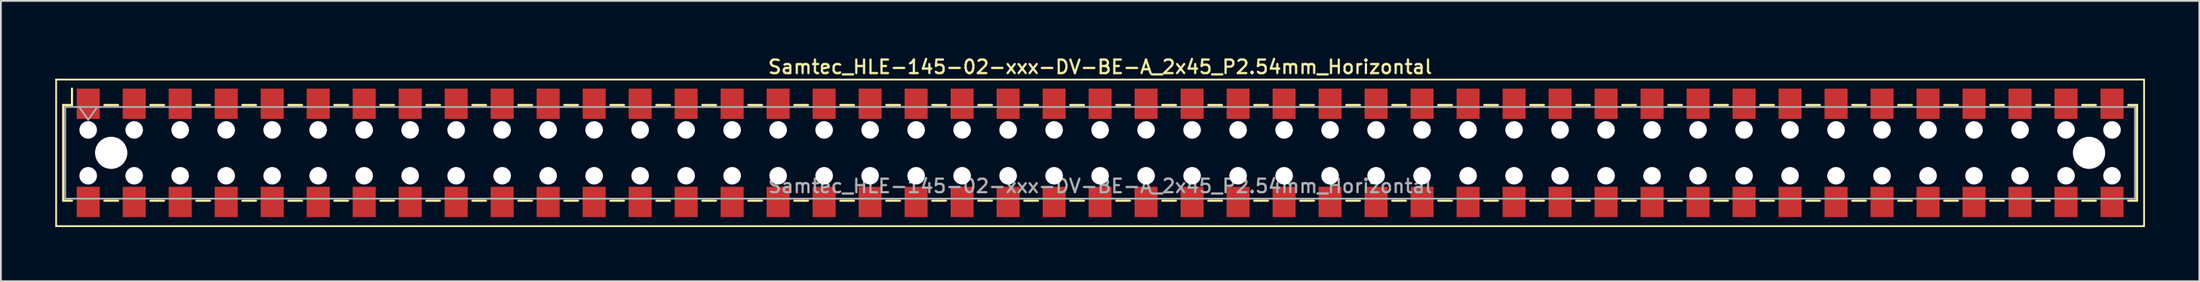
<source format=kicad_pcb>
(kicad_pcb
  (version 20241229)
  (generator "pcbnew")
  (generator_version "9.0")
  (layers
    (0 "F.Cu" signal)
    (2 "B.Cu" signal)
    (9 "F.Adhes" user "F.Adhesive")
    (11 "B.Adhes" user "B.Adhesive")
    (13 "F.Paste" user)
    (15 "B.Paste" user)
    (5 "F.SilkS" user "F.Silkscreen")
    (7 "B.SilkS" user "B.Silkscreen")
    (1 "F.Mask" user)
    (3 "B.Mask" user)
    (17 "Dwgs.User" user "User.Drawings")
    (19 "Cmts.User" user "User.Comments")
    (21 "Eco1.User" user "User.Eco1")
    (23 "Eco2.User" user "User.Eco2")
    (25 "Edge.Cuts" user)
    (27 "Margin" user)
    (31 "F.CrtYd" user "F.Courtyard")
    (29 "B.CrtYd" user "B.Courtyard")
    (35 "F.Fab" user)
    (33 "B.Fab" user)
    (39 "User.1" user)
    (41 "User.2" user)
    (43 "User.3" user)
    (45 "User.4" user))
  (footprint "Samtec_HLE-145-02-xxx-DV-BE-A_2x45_P2.54mm_Horizontal"
    (layer "F.Cu")
    (at 57.7 5.418)
    (property "Reference" "Samtec_HLE-145-02-xxx-DV-BE-A_2x45_P2.54mm_Horizontal" (at 0 -4.76 0) (layer "F.SilkS") (effects (font (size 0.75 0.75) (thickness 0.125))))
    (attr smd)
    (fp_line (start -57.65 -4.06) (end 57.65 -4.06) (stroke (width 0.1) (type solid)) (layer "F.SilkS"))
    (fp_line (start -57.65 4.06) (end -57.65 -4.06) (stroke (width 0.1) (type solid)) (layer "F.SilkS"))
    (fp_line (start -57.26 -2.65) (end -57.26 2.65) (stroke (width 0.12) (type solid)) (layer "F.SilkS"))
    (fp_line (start -57.26 2.65) (end -56.775 2.65) (stroke (width 0.12) (type solid)) (layer "F.SilkS"))
    (fp_line (start -56.775 -3.56) (end -56.775 -2.65) (stroke (width 0.12) (type solid)) (layer "F.SilkS"))
    (fp_line (start -56.775 -2.65) (end -57.26 -2.65) (stroke (width 0.12) (type solid)) (layer "F.SilkS"))
    (fp_line (start -54.985 -2.65) (end -54.235 -2.65) (stroke (width 0.12) (type solid)) (layer "F.SilkS"))
    (fp_line (start -54.985 2.65) (end -54.235 2.65) (stroke (width 0.12) (type solid)) (layer "F.SilkS"))
    (fp_line (start -52.445 -2.65) (end -51.695 -2.65) (stroke (width 0.12) (type solid)) (layer "F.SilkS"))
    (fp_line (start -52.445 2.65) (end -51.695 2.65) (stroke (width 0.12) (type solid)) (layer "F.SilkS"))
    (fp_line (start -49.905 -2.65) (end -49.155 -2.65) (stroke (width 0.12) (type solid)) (layer "F.SilkS"))
    (fp_line (start -49.905 2.65) (end -49.155 2.65) (stroke (width 0.12) (type solid)) (layer "F.SilkS"))
    (fp_line (start -47.365 -2.65) (end -46.615 -2.65) (stroke (width 0.12) (type solid)) (layer "F.SilkS"))
    (fp_line (start -47.365 2.65) (end -46.615 2.65) (stroke (width 0.12) (type solid)) (layer "F.SilkS"))
    (fp_line (start -44.825 -2.65) (end -44.075 -2.65) (stroke (width 0.12) (type solid)) (layer "F.SilkS"))
    (fp_line (start -44.825 2.65) (end -44.075 2.65) (stroke (width 0.12) (type solid)) (layer "F.SilkS"))
    (fp_line (start -42.285 -2.65) (end -41.535 -2.65) (stroke (width 0.12) (type solid)) (layer "F.SilkS"))
    (fp_line (start -42.285 2.65) (end -41.535 2.65) (stroke (width 0.12) (type solid)) (layer "F.SilkS"))
    (fp_line (start -39.745 -2.65) (end -38.995 -2.65) (stroke (width 0.12) (type solid)) (layer "F.SilkS"))
    (fp_line (start -39.745 2.65) (end -38.995 2.65) (stroke (width 0.12) (type solid)) (layer "F.SilkS"))
    (fp_line (start -37.205 -2.65) (end -36.455 -2.65) (stroke (width 0.12) (type solid)) (layer "F.SilkS"))
    (fp_line (start -37.205 2.65) (end -36.455 2.65) (stroke (width 0.12) (type solid)) (layer "F.SilkS"))
    (fp_line (start -34.665 -2.65) (end -33.915 -2.65) (stroke (width 0.12) (type solid)) (layer "F.SilkS"))
    (fp_line (start -34.665 2.65) (end -33.915 2.65) (stroke (width 0.12) (type solid)) (layer "F.SilkS"))
    (fp_line (start -32.125 -2.65) (end -31.375 -2.65) (stroke (width 0.12) (type solid)) (layer "F.SilkS"))
    (fp_line (start -32.125 2.65) (end -31.375 2.65) (stroke (width 0.12) (type solid)) (layer "F.SilkS"))
    (fp_line (start -29.585 -2.65) (end -28.835 -2.65) (stroke (width 0.12) (type solid)) (layer "F.SilkS"))
    (fp_line (start -29.585 2.65) (end -28.835 2.65) (stroke (width 0.12) (type solid)) (layer "F.SilkS"))
    (fp_line (start -27.045 -2.65) (end -26.295 -2.65) (stroke (width 0.12) (type solid)) (layer "F.SilkS"))
    (fp_line (start -27.045 2.65) (end -26.295 2.65) (stroke (width 0.12) (type solid)) (layer "F.SilkS"))
    (fp_line (start -24.505 -2.65) (end -23.755 -2.65) (stroke (width 0.12) (type solid)) (layer "F.SilkS"))
    (fp_line (start -24.505 2.65) (end -23.755 2.65) (stroke (width 0.12) (type solid)) (layer "F.SilkS"))
    (fp_line (start -21.965 -2.65) (end -21.215 -2.65) (stroke (width 0.12) (type solid)) (layer "F.SilkS"))
    (fp_line (start -21.965 2.65) (end -21.215 2.65) (stroke (width 0.12) (type solid)) (layer "F.SilkS"))
    (fp_line (start -19.425 -2.65) (end -18.675 -2.65) (stroke (width 0.12) (type solid)) (layer "F.SilkS"))
    (fp_line (start -19.425 2.65) (end -18.675 2.65) (stroke (width 0.12) (type solid)) (layer "F.SilkS"))
    (fp_line (start -16.885 -2.65) (end -16.135 -2.65) (stroke (width 0.12) (type solid)) (layer "F.SilkS"))
    (fp_line (start -16.885 2.65) (end -16.135 2.65) (stroke (width 0.12) (type solid)) (layer "F.SilkS"))
    (fp_line (start -14.345 -2.65) (end -13.595 -2.65) (stroke (width 0.12) (type solid)) (layer "F.SilkS"))
    (fp_line (start -14.345 2.65) (end -13.595 2.65) (stroke (width 0.12) (type solid)) (layer "F.SilkS"))
    (fp_line (start -11.805 -2.65) (end -11.055 -2.65) (stroke (width 0.12) (type solid)) (layer "F.SilkS"))
    (fp_line (start -11.805 2.65) (end -11.055 2.65) (stroke (width 0.12) (type solid)) (layer "F.SilkS"))
    (fp_line (start -9.265 -2.65) (end -8.515 -2.65) (stroke (width 0.12) (type solid)) (layer "F.SilkS"))
    (fp_line (start -9.265 2.65) (end -8.515 2.65) (stroke (width 0.12) (type solid)) (layer "F.SilkS"))
    (fp_line (start -6.725 -2.65) (end -5.975 -2.65) (stroke (width 0.12) (type solid)) (layer "F.SilkS"))
    (fp_line (start -6.725 2.65) (end -5.975 2.65) (stroke (width 0.12) (type solid)) (layer "F.SilkS"))
    (fp_line (start -4.185 -2.65) (end -3.435 -2.65) (stroke (width 0.12) (type solid)) (layer "F.SilkS"))
    (fp_line (start -4.185 2.65) (end -3.435 2.65) (stroke (width 0.12) (type solid)) (layer "F.SilkS"))
    (fp_line (start -1.645 -2.65) (end -0.895 -2.65) (stroke (width 0.12) (type solid)) (layer "F.SilkS"))
    (fp_line (start -1.645 2.65) (end -0.895 2.65) (stroke (width 0.12) (type solid)) (layer "F.SilkS"))
    (fp_line (start 0.895 -2.65) (end 1.645 -2.65) (stroke (width 0.12) (type solid)) (layer "F.SilkS"))
    (fp_line (start 0.895 2.65) (end 1.645 2.65) (stroke (width 0.12) (type solid)) (layer "F.SilkS"))
    (fp_line (start 3.435 -2.65) (end 4.185 -2.65) (stroke (width 0.12) (type solid)) (layer "F.SilkS"))
    (fp_line (start 3.435 2.65) (end 4.185 2.65) (stroke (width 0.12) (type solid)) (layer "F.SilkS"))
    (fp_line (start 5.975 -2.65) (end 6.725 -2.65) (stroke (width 0.12) (type solid)) (layer "F.SilkS"))
    (fp_line (start 5.975 2.65) (end 6.725 2.65) (stroke (width 0.12) (type solid)) (layer "F.SilkS"))
    (fp_line (start 8.515 -2.65) (end 9.265 -2.65) (stroke (width 0.12) (type solid)) (layer "F.SilkS"))
    (fp_line (start 8.515 2.65) (end 9.265 2.65) (stroke (width 0.12) (type solid)) (layer "F.SilkS"))
    (fp_line (start 11.055 -2.65) (end 11.805 -2.65) (stroke (width 0.12) (type solid)) (layer "F.SilkS"))
    (fp_line (start 11.055 2.65) (end 11.805 2.65) (stroke (width 0.12) (type solid)) (layer "F.SilkS"))
    (fp_line (start 13.595 -2.65) (end 14.345 -2.65) (stroke (width 0.12) (type solid)) (layer "F.SilkS"))
    (fp_line (start 13.595 2.65) (end 14.345 2.65) (stroke (width 0.12) (type solid)) (layer "F.SilkS"))
    (fp_line (start 16.135 -2.65) (end 16.885 -2.65) (stroke (width 0.12) (type solid)) (layer "F.SilkS"))
    (fp_line (start 16.135 2.65) (end 16.885 2.65) (stroke (width 0.12) (type solid)) (layer "F.SilkS"))
    (fp_line (start 18.675 -2.65) (end 19.425 -2.65) (stroke (width 0.12) (type solid)) (layer "F.SilkS"))
    (fp_line (start 18.675 2.65) (end 19.425 2.65) (stroke (width 0.12) (type solid)) (layer "F.SilkS"))
    (fp_line (start 21.215 -2.65) (end 21.965 -2.65) (stroke (width 0.12) (type solid)) (layer "F.SilkS"))
    (fp_line (start 21.215 2.65) (end 21.965 2.65) (stroke (width 0.12) (type solid)) (layer "F.SilkS"))
    (fp_line (start 23.755 -2.65) (end 24.505 -2.65) (stroke (width 0.12) (type solid)) (layer "F.SilkS"))
    (fp_line (start 23.755 2.65) (end 24.505 2.65) (stroke (width 0.12) (type solid)) (layer "F.SilkS"))
    (fp_line (start 26.295 -2.65) (end 27.045 -2.65) (stroke (width 0.12) (type solid)) (layer "F.SilkS"))
    (fp_line (start 26.295 2.65) (end 27.045 2.65) (stroke (width 0.12) (type solid)) (layer "F.SilkS"))
    (fp_line (start 28.835 -2.65) (end 29.585 -2.65) (stroke (width 0.12) (type solid)) (layer "F.SilkS"))
    (fp_line (start 28.835 2.65) (end 29.585 2.65) (stroke (width 0.12) (type solid)) (layer "F.SilkS"))
    (fp_line (start 31.375 -2.65) (end 32.125 -2.65) (stroke (width 0.12) (type solid)) (layer "F.SilkS"))
    (fp_line (start 31.375 2.65) (end 32.125 2.65) (stroke (width 0.12) (type solid)) (layer "F.SilkS"))
    (fp_line (start 33.915 -2.65) (end 34.665 -2.65) (stroke (width 0.12) (type solid)) (layer "F.SilkS"))
    (fp_line (start 33.915 2.65) (end 34.665 2.65) (stroke (width 0.12) (type solid)) (layer "F.SilkS"))
    (fp_line (start 36.455 -2.65) (end 37.205 -2.65) (stroke (width 0.12) (type solid)) (layer "F.SilkS"))
    (fp_line (start 36.455 2.65) (end 37.205 2.65) (stroke (width 0.12) (type solid)) (layer "F.SilkS"))
    (fp_line (start 38.995 -2.65) (end 39.745 -2.65) (stroke (width 0.12) (type solid)) (layer "F.SilkS"))
    (fp_line (start 38.995 2.65) (end 39.745 2.65) (stroke (width 0.12) (type solid)) (layer "F.SilkS"))
    (fp_line (start 41.535 -2.65) (end 42.285 -2.65) (stroke (width 0.12) (type solid)) (layer "F.SilkS"))
    (fp_line (start 41.535 2.65) (end 42.285 2.65) (stroke (width 0.12) (type solid)) (layer "F.SilkS"))
    (fp_line (start 44.075 -2.65) (end 44.825 -2.65) (stroke (width 0.12) (type solid)) (layer "F.SilkS"))
    (fp_line (start 44.075 2.65) (end 44.825 2.65) (stroke (width 0.12) (type solid)) (layer "F.SilkS"))
    (fp_line (start 46.615 -2.65) (end 47.365 -2.65) (stroke (width 0.12) (type solid)) (layer "F.SilkS"))
    (fp_line (start 46.615 2.65) (end 47.365 2.65) (stroke (width 0.12) (type solid)) (layer "F.SilkS"))
    (fp_line (start 49.155 -2.65) (end 49.905 -2.65) (stroke (width 0.12) (type solid)) (layer "F.SilkS"))
    (fp_line (start 49.155 2.65) (end 49.905 2.65) (stroke (width 0.12) (type solid)) (layer "F.SilkS"))
    (fp_line (start 51.695 -2.65) (end 52.445 -2.65) (stroke (width 0.12) (type solid)) (layer "F.SilkS"))
    (fp_line (start 51.695 2.65) (end 52.445 2.65) (stroke (width 0.12) (type solid)) (layer "F.SilkS"))
    (fp_line (start 54.235 -2.65) (end 54.985 -2.65) (stroke (width 0.12) (type solid)) (layer "F.SilkS"))
    (fp_line (start 54.235 2.65) (end 54.985 2.65) (stroke (width 0.12) (type solid)) (layer "F.SilkS"))
    (fp_line (start 56.775 -2.65) (end 57.26 -2.65) (stroke (width 0.12) (type solid)) (layer "F.SilkS"))
    (fp_line (start 57.26 -2.65) (end 57.26 2.65) (stroke (width 0.12) (type solid)) (layer "F.SilkS"))
    (fp_line (start 57.26 2.65) (end 56.775 2.65) (stroke (width 0.12) (type solid)) (layer "F.SilkS"))
    (fp_line (start 57.65 -4.06) (end 57.65 4.06) (stroke (width 0.1) (type solid)) (layer "F.SilkS"))
    (fp_line (start 57.65 4.06) (end -57.65 4.06) (stroke (width 0.1) (type solid)) (layer "F.SilkS"))
    (fp_line (start -57.15 -2.54) (end 57.15 -2.54) (stroke (width 0.1) (type solid)) (layer "F.Fab"))
    (fp_line (start -57.15 2.54) (end -57.15 -2.54) (stroke (width 0.1) (type solid)) (layer "F.Fab"))
    (fp_line (start -56.38 -2.54) (end -55.88 -1.833) (stroke (width 0.1) (type solid)) (layer "F.Fab"))
    (fp_line (start -55.88 -1.833) (end -55.38 -2.54) (stroke (width 0.1) (type solid)) (layer "F.Fab"))
    (fp_line (start 57.15 -2.54) (end 57.15 2.54) (stroke (width 0.1) (type solid)) (layer "F.Fab"))
    (fp_line (start 57.15 2.54) (end -57.15 2.54) (stroke (width 0.1) (type solid)) (layer "F.Fab"))
    (fp_text user "${REFERENCE}" (at 0 1.84 0) (layer "F.Fab") (effects (font (size 0.75 0.75) (thickness 0.125))))
    (pad "" np_thru_hole circle (at -55.88 -1.27) (size 0.97 0.97) (drill 0.97) (layers "*.Cu" "*.Mask"))
    (pad "" np_thru_hole circle (at -55.88 1.27) (size 0.97 0.97) (drill 0.97) (layers "*.Cu" "*.Mask"))
    (pad "" np_thru_hole circle (at -54.61 0) (size 1.78 1.78) (drill 1.78) (layers "*.Cu" "*.Mask"))
    (pad "" np_thru_hole circle (at -53.34 -1.27) (size 0.97 0.97) (drill 0.97) (layers "*.Cu" "*.Mask"))
    (pad "" np_thru_hole circle (at -53.34 1.27) (size 0.97 0.97) (drill 0.97) (layers "*.Cu" "*.Mask"))
    (pad "" np_thru_hole circle (at -50.8 -1.27) (size 0.97 0.97) (drill 0.97) (layers "*.Cu" "*.Mask"))
    (pad "" np_thru_hole circle (at -50.8 1.27) (size 0.97 0.97) (drill 0.97) (layers "*.Cu" "*.Mask"))
    (pad "" np_thru_hole circle (at -48.26 -1.27) (size 0.97 0.97) (drill 0.97) (layers "*.Cu" "*.Mask"))
    (pad "" np_thru_hole circle (at -48.26 1.27) (size 0.97 0.97) (drill 0.97) (layers "*.Cu" "*.Mask"))
    (pad "" np_thru_hole circle (at -45.72 -1.27) (size 0.97 0.97) (drill 0.97) (layers "*.Cu" "*.Mask"))
    (pad "" np_thru_hole circle (at -45.72 1.27) (size 0.97 0.97) (drill 0.97) (layers "*.Cu" "*.Mask"))
    (pad "" np_thru_hole circle (at -43.18 -1.27) (size 0.97 0.97) (drill 0.97) (layers "*.Cu" "*.Mask"))
    (pad "" np_thru_hole circle (at -43.18 1.27) (size 0.97 0.97) (drill 0.97) (layers "*.Cu" "*.Mask"))
    (pad "" np_thru_hole circle (at -40.64 -1.27) (size 0.97 0.97) (drill 0.97) (layers "*.Cu" "*.Mask"))
    (pad "" np_thru_hole circle (at -40.64 1.27) (size 0.97 0.97) (drill 0.97) (layers "*.Cu" "*.Mask"))
    (pad "" np_thru_hole circle (at -38.1 -1.27) (size 0.97 0.97) (drill 0.97) (layers "*.Cu" "*.Mask"))
    (pad "" np_thru_hole circle (at -38.1 1.27) (size 0.97 0.97) (drill 0.97) (layers "*.Cu" "*.Mask"))
    (pad "" np_thru_hole circle (at -35.56 -1.27) (size 0.97 0.97) (drill 0.97) (layers "*.Cu" "*.Mask"))
    (pad "" np_thru_hole circle (at -35.56 1.27) (size 0.97 0.97) (drill 0.97) (layers "*.Cu" "*.Mask"))
    (pad "" np_thru_hole circle (at -33.02 -1.27) (size 0.97 0.97) (drill 0.97) (layers "*.Cu" "*.Mask"))
    (pad "" np_thru_hole circle (at -33.02 1.27) (size 0.97 0.97) (drill 0.97) (layers "*.Cu" "*.Mask"))
    (pad "" np_thru_hole circle (at -30.48 -1.27) (size 0.97 0.97) (drill 0.97) (layers "*.Cu" "*.Mask"))
    (pad "" np_thru_hole circle (at -30.48 1.27) (size 0.97 0.97) (drill 0.97) (layers "*.Cu" "*.Mask"))
    (pad "" np_thru_hole circle (at -27.94 -1.27) (size 0.97 0.97) (drill 0.97) (layers "*.Cu" "*.Mask"))
    (pad "" np_thru_hole circle (at -27.94 1.27) (size 0.97 0.97) (drill 0.97) (layers "*.Cu" "*.Mask"))
    (pad "" np_thru_hole circle (at -25.4 -1.27) (size 0.97 0.97) (drill 0.97) (layers "*.Cu" "*.Mask"))
    (pad "" np_thru_hole circle (at -25.4 1.27) (size 0.97 0.97) (drill 0.97) (layers "*.Cu" "*.Mask"))
    (pad "" np_thru_hole circle (at -22.86 -1.27) (size 0.97 0.97) (drill 0.97) (layers "*.Cu" "*.Mask"))
    (pad "" np_thru_hole circle (at -22.86 1.27) (size 0.97 0.97) (drill 0.97) (layers "*.Cu" "*.Mask"))
    (pad "" np_thru_hole circle (at -20.32 -1.27) (size 0.97 0.97) (drill 0.97) (layers "*.Cu" "*.Mask"))
    (pad "" np_thru_hole circle (at -20.32 1.27) (size 0.97 0.97) (drill 0.97) (layers "*.Cu" "*.Mask"))
    (pad "" np_thru_hole circle (at -17.78 -1.27) (size 0.97 0.97) (drill 0.97) (layers "*.Cu" "*.Mask"))
    (pad "" np_thru_hole circle (at -17.78 1.27) (size 0.97 0.97) (drill 0.97) (layers "*.Cu" "*.Mask"))
    (pad "" np_thru_hole circle (at -15.24 -1.27) (size 0.97 0.97) (drill 0.97) (layers "*.Cu" "*.Mask"))
    (pad "" np_thru_hole circle (at -15.24 1.27) (size 0.97 0.97) (drill 0.97) (layers "*.Cu" "*.Mask"))
    (pad "" np_thru_hole circle (at -12.7 -1.27) (size 0.97 0.97) (drill 0.97) (layers "*.Cu" "*.Mask"))
    (pad "" np_thru_hole circle (at -12.7 1.27) (size 0.97 0.97) (drill 0.97) (layers "*.Cu" "*.Mask"))
    (pad "" np_thru_hole circle (at -10.16 -1.27) (size 0.97 0.97) (drill 0.97) (layers "*.Cu" "*.Mask"))
    (pad "" np_thru_hole circle (at -10.16 1.27) (size 0.97 0.97) (drill 0.97) (layers "*.Cu" "*.Mask"))
    (pad "" np_thru_hole circle (at -7.62 -1.27) (size 0.97 0.97) (drill 0.97) (layers "*.Cu" "*.Mask"))
    (pad "" np_thru_hole circle (at -7.62 1.27) (size 0.97 0.97) (drill 0.97) (layers "*.Cu" "*.Mask"))
    (pad "" np_thru_hole circle (at -5.08 -1.27) (size 0.97 0.97) (drill 0.97) (layers "*.Cu" "*.Mask"))
    (pad "" np_thru_hole circle (at -5.08 1.27) (size 0.97 0.97) (drill 0.97) (layers "*.Cu" "*.Mask"))
    (pad "" np_thru_hole circle (at -2.54 -1.27) (size 0.97 0.97) (drill 0.97) (layers "*.Cu" "*.Mask"))
    (pad "" np_thru_hole circle (at -2.54 1.27) (size 0.97 0.97) (drill 0.97) (layers "*.Cu" "*.Mask"))
    (pad "" np_thru_hole circle (at 0 -1.27) (size 0.97 0.97) (drill 0.97) (layers "*.Cu" "*.Mask"))
    (pad "" np_thru_hole circle (at 0 1.27) (size 0.97 0.97) (drill 0.97) (layers "*.Cu" "*.Mask"))
    (pad "" np_thru_hole circle (at 2.54 -1.27) (size 0.97 0.97) (drill 0.97) (layers "*.Cu" "*.Mask"))
    (pad "" np_thru_hole circle (at 2.54 1.27) (size 0.97 0.97) (drill 0.97) (layers "*.Cu" "*.Mask"))
    (pad "" np_thru_hole circle (at 5.08 -1.27) (size 0.97 0.97) (drill 0.97) (layers "*.Cu" "*.Mask"))
    (pad "" np_thru_hole circle (at 5.08 1.27) (size 0.97 0.97) (drill 0.97) (layers "*.Cu" "*.Mask"))
    (pad "" np_thru_hole circle (at 7.62 -1.27) (size 0.97 0.97) (drill 0.97) (layers "*.Cu" "*.Mask"))
    (pad "" np_thru_hole circle (at 7.62 1.27) (size 0.97 0.97) (drill 0.97) (layers "*.Cu" "*.Mask"))
    (pad "" np_thru_hole circle (at 10.16 -1.27) (size 0.97 0.97) (drill 0.97) (layers "*.Cu" "*.Mask"))
    (pad "" np_thru_hole circle (at 10.16 1.27) (size 0.97 0.97) (drill 0.97) (layers "*.Cu" "*.Mask"))
    (pad "" np_thru_hole circle (at 12.7 -1.27) (size 0.97 0.97) (drill 0.97) (layers "*.Cu" "*.Mask"))
    (pad "" np_thru_hole circle (at 12.7 1.27) (size 0.97 0.97) (drill 0.97) (layers "*.Cu" "*.Mask"))
    (pad "" np_thru_hole circle (at 15.24 -1.27) (size 0.97 0.97) (drill 0.97) (layers "*.Cu" "*.Mask"))
    (pad "" np_thru_hole circle (at 15.24 1.27) (size 0.97 0.97) (drill 0.97) (layers "*.Cu" "*.Mask"))
    (pad "" np_thru_hole circle (at 17.78 -1.27) (size 0.97 0.97) (drill 0.97) (layers "*.Cu" "*.Mask"))
    (pad "" np_thru_hole circle (at 17.78 1.27) (size 0.97 0.97) (drill 0.97) (layers "*.Cu" "*.Mask"))
    (pad "" np_thru_hole circle (at 20.32 -1.27) (size 0.97 0.97) (drill 0.97) (layers "*.Cu" "*.Mask"))
    (pad "" np_thru_hole circle (at 20.32 1.27) (size 0.97 0.97) (drill 0.97) (layers "*.Cu" "*.Mask"))
    (pad "" np_thru_hole circle (at 22.86 -1.27) (size 0.97 0.97) (drill 0.97) (layers "*.Cu" "*.Mask"))
    (pad "" np_thru_hole circle (at 22.86 1.27) (size 0.97 0.97) (drill 0.97) (layers "*.Cu" "*.Mask"))
    (pad "" np_thru_hole circle (at 25.4 -1.27) (size 0.97 0.97) (drill 0.97) (layers "*.Cu" "*.Mask"))
    (pad "" np_thru_hole circle (at 25.4 1.27) (size 0.97 0.97) (drill 0.97) (layers "*.Cu" "*.Mask"))
    (pad "" np_thru_hole circle (at 27.94 -1.27) (size 0.97 0.97) (drill 0.97) (layers "*.Cu" "*.Mask"))
    (pad "" np_thru_hole circle (at 27.94 1.27) (size 0.97 0.97) (drill 0.97) (layers "*.Cu" "*.Mask"))
    (pad "" np_thru_hole circle (at 30.48 -1.27) (size 0.97 0.97) (drill 0.97) (layers "*.Cu" "*.Mask"))
    (pad "" np_thru_hole circle (at 30.48 1.27) (size 0.97 0.97) (drill 0.97) (layers "*.Cu" "*.Mask"))
    (pad "" np_thru_hole circle (at 33.02 -1.27) (size 0.97 0.97) (drill 0.97) (layers "*.Cu" "*.Mask"))
    (pad "" np_thru_hole circle (at 33.02 1.27) (size 0.97 0.97) (drill 0.97) (layers "*.Cu" "*.Mask"))
    (pad "" np_thru_hole circle (at 35.56 -1.27) (size 0.97 0.97) (drill 0.97) (layers "*.Cu" "*.Mask"))
    (pad "" np_thru_hole circle (at 35.56 1.27) (size 0.97 0.97) (drill 0.97) (layers "*.Cu" "*.Mask"))
    (pad "" np_thru_hole circle (at 38.1 -1.27) (size 0.97 0.97) (drill 0.97) (layers "*.Cu" "*.Mask"))
    (pad "" np_thru_hole circle (at 38.1 1.27) (size 0.97 0.97) (drill 0.97) (layers "*.Cu" "*.Mask"))
    (pad "" np_thru_hole circle (at 40.64 -1.27) (size 0.97 0.97) (drill 0.97) (layers "*.Cu" "*.Mask"))
    (pad "" np_thru_hole circle (at 40.64 1.27) (size 0.97 0.97) (drill 0.97) (layers "*.Cu" "*.Mask"))
    (pad "" np_thru_hole circle (at 43.18 -1.27) (size 0.97 0.97) (drill 0.97) (layers "*.Cu" "*.Mask"))
    (pad "" np_thru_hole circle (at 43.18 1.27) (size 0.97 0.97) (drill 0.97) (layers "*.Cu" "*.Mask"))
    (pad "" np_thru_hole circle (at 45.72 -1.27) (size 0.97 0.97) (drill 0.97) (layers "*.Cu" "*.Mask"))
    (pad "" np_thru_hole circle (at 45.72 1.27) (size 0.97 0.97) (drill 0.97) (layers "*.Cu" "*.Mask"))
    (pad "" np_thru_hole circle (at 48.26 -1.27) (size 0.97 0.97) (drill 0.97) (layers "*.Cu" "*.Mask"))
    (pad "" np_thru_hole circle (at 48.26 1.27) (size 0.97 0.97) (drill 0.97) (layers "*.Cu" "*.Mask"))
    (pad "" np_thru_hole circle (at 50.8 -1.27) (size 0.97 0.97) (drill 0.97) (layers "*.Cu" "*.Mask"))
    (pad "" np_thru_hole circle (at 50.8 1.27) (size 0.97 0.97) (drill 0.97) (layers "*.Cu" "*.Mask"))
    (pad "" np_thru_hole circle (at 53.34 -1.27) (size 0.97 0.97) (drill 0.97) (layers "*.Cu" "*.Mask"))
    (pad "" np_thru_hole circle (at 53.34 1.27) (size 0.97 0.97) (drill 0.97) (layers "*.Cu" "*.Mask"))
    (pad "" np_thru_hole circle (at 54.61 0) (size 1.78 1.78) (drill 1.78) (layers "*.Cu" "*.Mask"))
    (pad "" np_thru_hole circle (at 55.88 -1.27) (size 0.97 0.97) (drill 0.97) (layers "*.Cu" "*.Mask"))
    (pad "" np_thru_hole circle (at 55.88 1.27) (size 0.97 0.97) (drill 0.97) (layers "*.Cu" "*.Mask"))
    (pad "1" smd rect (at -55.88 -2.72) (size 1.27 1.68) (layers "F.Cu" "F.Mask" "F.Paste"))
    (pad "2" smd rect (at -55.88 2.72) (size 1.27 1.68) (layers "F.Cu" "F.Mask" "F.Paste"))
    (pad "3" smd rect (at -53.34 -2.72) (size 1.27 1.68) (layers "F.Cu" "F.Mask" "F.Paste"))
    (pad "4" smd rect (at -53.34 2.72) (size 1.27 1.68) (layers "F.Cu" "F.Mask" "F.Paste"))
    (pad "5" smd rect (at -50.8 -2.72) (size 1.27 1.68) (layers "F.Cu" "F.Mask" "F.Paste"))
    (pad "6" smd rect (at -50.8 2.72) (size 1.27 1.68) (layers "F.Cu" "F.Mask" "F.Paste"))
    (pad "7" smd rect (at -48.26 -2.72) (size 1.27 1.68) (layers "F.Cu" "F.Mask" "F.Paste"))
    (pad "8" smd rect (at -48.26 2.72) (size 1.27 1.68) (layers "F.Cu" "F.Mask" "F.Paste"))
    (pad "9" smd rect (at -45.72 -2.72) (size 1.27 1.68) (layers "F.Cu" "F.Mask" "F.Paste"))
    (pad "10" smd rect (at -45.72 2.72) (size 1.27 1.68) (layers "F.Cu" "F.Mask" "F.Paste"))
    (pad "11" smd rect (at -43.18 -2.72) (size 1.27 1.68) (layers "F.Cu" "F.Mask" "F.Paste"))
    (pad "12" smd rect (at -43.18 2.72) (size 1.27 1.68) (layers "F.Cu" "F.Mask" "F.Paste"))
    (pad "13" smd rect (at -40.64 -2.72) (size 1.27 1.68) (layers "F.Cu" "F.Mask" "F.Paste"))
    (pad "14" smd rect (at -40.64 2.72) (size 1.27 1.68) (layers "F.Cu" "F.Mask" "F.Paste"))
    (pad "15" smd rect (at -38.1 -2.72) (size 1.27 1.68) (layers "F.Cu" "F.Mask" "F.Paste"))
    (pad "16" smd rect (at -38.1 2.72) (size 1.27 1.68) (layers "F.Cu" "F.Mask" "F.Paste"))
    (pad "17" smd rect (at -35.56 -2.72) (size 1.27 1.68) (layers "F.Cu" "F.Mask" "F.Paste"))
    (pad "18" smd rect (at -35.56 2.72) (size 1.27 1.68) (layers "F.Cu" "F.Mask" "F.Paste"))
    (pad "19" smd rect (at -33.02 -2.72) (size 1.27 1.68) (layers "F.Cu" "F.Mask" "F.Paste"))
    (pad "20" smd rect (at -33.02 2.72) (size 1.27 1.68) (layers "F.Cu" "F.Mask" "F.Paste"))
    (pad "21" smd rect (at -30.48 -2.72) (size 1.27 1.68) (layers "F.Cu" "F.Mask" "F.Paste"))
    (pad "22" smd rect (at -30.48 2.72) (size 1.27 1.68) (layers "F.Cu" "F.Mask" "F.Paste"))
    (pad "23" smd rect (at -27.94 -2.72) (size 1.27 1.68) (layers "F.Cu" "F.Mask" "F.Paste"))
    (pad "24" smd rect (at -27.94 2.72) (size 1.27 1.68) (layers "F.Cu" "F.Mask" "F.Paste"))
    (pad "25" smd rect (at -25.4 -2.72) (size 1.27 1.68) (layers "F.Cu" "F.Mask" "F.Paste"))
    (pad "26" smd rect (at -25.4 2.72) (size 1.27 1.68) (layers "F.Cu" "F.Mask" "F.Paste"))
    (pad "27" smd rect (at -22.86 -2.72) (size 1.27 1.68) (layers "F.Cu" "F.Mask" "F.Paste"))
    (pad "28" smd rect (at -22.86 2.72) (size 1.27 1.68) (layers "F.Cu" "F.Mask" "F.Paste"))
    (pad "29" smd rect (at -20.32 -2.72) (size 1.27 1.68) (layers "F.Cu" "F.Mask" "F.Paste"))
    (pad "30" smd rect (at -20.32 2.72) (size 1.27 1.68) (layers "F.Cu" "F.Mask" "F.Paste"))
    (pad "31" smd rect (at -17.78 -2.72) (size 1.27 1.68) (layers "F.Cu" "F.Mask" "F.Paste"))
    (pad "32" smd rect (at -17.78 2.72) (size 1.27 1.68) (layers "F.Cu" "F.Mask" "F.Paste"))
    (pad "33" smd rect (at -15.24 -2.72) (size 1.27 1.68) (layers "F.Cu" "F.Mask" "F.Paste"))
    (pad "34" smd rect (at -15.24 2.72) (size 1.27 1.68) (layers "F.Cu" "F.Mask" "F.Paste"))
    (pad "35" smd rect (at -12.7 -2.72) (size 1.27 1.68) (layers "F.Cu" "F.Mask" "F.Paste"))
    (pad "36" smd rect (at -12.7 2.72) (size 1.27 1.68) (layers "F.Cu" "F.Mask" "F.Paste"))
    (pad "37" smd rect (at -10.16 -2.72) (size 1.27 1.68) (layers "F.Cu" "F.Mask" "F.Paste"))
    (pad "38" smd rect (at -10.16 2.72) (size 1.27 1.68) (layers "F.Cu" "F.Mask" "F.Paste"))
    (pad "39" smd rect (at -7.62 -2.72) (size 1.27 1.68) (layers "F.Cu" "F.Mask" "F.Paste"))
    (pad "40" smd rect (at -7.62 2.72) (size 1.27 1.68) (layers "F.Cu" "F.Mask" "F.Paste"))
    (pad "41" smd rect (at -5.08 -2.72) (size 1.27 1.68) (layers "F.Cu" "F.Mask" "F.Paste"))
    (pad "42" smd rect (at -5.08 2.72) (size 1.27 1.68) (layers "F.Cu" "F.Mask" "F.Paste"))
    (pad "43" smd rect (at -2.54 -2.72) (size 1.27 1.68) (layers "F.Cu" "F.Mask" "F.Paste"))
    (pad "44" smd rect (at -2.54 2.72) (size 1.27 1.68) (layers "F.Cu" "F.Mask" "F.Paste"))
    (pad "45" smd rect (at 0 -2.72) (size 1.27 1.68) (layers "F.Cu" "F.Mask" "F.Paste"))
    (pad "46" smd rect (at 0 2.72) (size 1.27 1.68) (layers "F.Cu" "F.Mask" "F.Paste"))
    (pad "47" smd rect (at 2.54 -2.72) (size 1.27 1.68) (layers "F.Cu" "F.Mask" "F.Paste"))
    (pad "48" smd rect (at 2.54 2.72) (size 1.27 1.68) (layers "F.Cu" "F.Mask" "F.Paste"))
    (pad "49" smd rect (at 5.08 -2.72) (size 1.27 1.68) (layers "F.Cu" "F.Mask" "F.Paste"))
    (pad "50" smd rect (at 5.08 2.72) (size 1.27 1.68) (layers "F.Cu" "F.Mask" "F.Paste"))
    (pad "51" smd rect (at 7.62 -2.72) (size 1.27 1.68) (layers "F.Cu" "F.Mask" "F.Paste"))
    (pad "52" smd rect (at 7.62 2.72) (size 1.27 1.68) (layers "F.Cu" "F.Mask" "F.Paste"))
    (pad "53" smd rect (at 10.16 -2.72) (size 1.27 1.68) (layers "F.Cu" "F.Mask" "F.Paste"))
    (pad "54" smd rect (at 10.16 2.72) (size 1.27 1.68) (layers "F.Cu" "F.Mask" "F.Paste"))
    (pad "55" smd rect (at 12.7 -2.72) (size 1.27 1.68) (layers "F.Cu" "F.Mask" "F.Paste"))
    (pad "56" smd rect (at 12.7 2.72) (size 1.27 1.68) (layers "F.Cu" "F.Mask" "F.Paste"))
    (pad "57" smd rect (at 15.24 -2.72) (size 1.27 1.68) (layers "F.Cu" "F.Mask" "F.Paste"))
    (pad "58" smd rect (at 15.24 2.72) (size 1.27 1.68) (layers "F.Cu" "F.Mask" "F.Paste"))
    (pad "59" smd rect (at 17.78 -2.72) (size 1.27 1.68) (layers "F.Cu" "F.Mask" "F.Paste"))
    (pad "60" smd rect (at 17.78 2.72) (size 1.27 1.68) (layers "F.Cu" "F.Mask" "F.Paste"))
    (pad "61" smd rect (at 20.32 -2.72) (size 1.27 1.68) (layers "F.Cu" "F.Mask" "F.Paste"))
    (pad "62" smd rect (at 20.32 2.72) (size 1.27 1.68) (layers "F.Cu" "F.Mask" "F.Paste"))
    (pad "63" smd rect (at 22.86 -2.72) (size 1.27 1.68) (layers "F.Cu" "F.Mask" "F.Paste"))
    (pad "64" smd rect (at 22.86 2.72) (size 1.27 1.68) (layers "F.Cu" "F.Mask" "F.Paste"))
    (pad "65" smd rect (at 25.4 -2.72) (size 1.27 1.68) (layers "F.Cu" "F.Mask" "F.Paste"))
    (pad "66" smd rect (at 25.4 2.72) (size 1.27 1.68) (layers "F.Cu" "F.Mask" "F.Paste"))
    (pad "67" smd rect (at 27.94 -2.72) (size 1.27 1.68) (layers "F.Cu" "F.Mask" "F.Paste"))
    (pad "68" smd rect (at 27.94 2.72) (size 1.27 1.68) (layers "F.Cu" "F.Mask" "F.Paste"))
    (pad "69" smd rect (at 30.48 -2.72) (size 1.27 1.68) (layers "F.Cu" "F.Mask" "F.Paste"))
    (pad "70" smd rect (at 30.48 2.72) (size 1.27 1.68) (layers "F.Cu" "F.Mask" "F.Paste"))
    (pad "71" smd rect (at 33.02 -2.72) (size 1.27 1.68) (layers "F.Cu" "F.Mask" "F.Paste"))
    (pad "72" smd rect (at 33.02 2.72) (size 1.27 1.68) (layers "F.Cu" "F.Mask" "F.Paste"))
    (pad "73" smd rect (at 35.56 -2.72) (size 1.27 1.68) (layers "F.Cu" "F.Mask" "F.Paste"))
    (pad "74" smd rect (at 35.56 2.72) (size 1.27 1.68) (layers "F.Cu" "F.Mask" "F.Paste"))
    (pad "75" smd rect (at 38.1 -2.72) (size 1.27 1.68) (layers "F.Cu" "F.Mask" "F.Paste"))
    (pad "76" smd rect (at 38.1 2.72) (size 1.27 1.68) (layers "F.Cu" "F.Mask" "F.Paste"))
    (pad "77" smd rect (at 40.64 -2.72) (size 1.27 1.68) (layers "F.Cu" "F.Mask" "F.Paste"))
    (pad "78" smd rect (at 40.64 2.72) (size 1.27 1.68) (layers "F.Cu" "F.Mask" "F.Paste"))
    (pad "79" smd rect (at 43.18 -2.72) (size 1.27 1.68) (layers "F.Cu" "F.Mask" "F.Paste"))
    (pad "80" smd rect (at 43.18 2.72) (size 1.27 1.68) (layers "F.Cu" "F.Mask" "F.Paste"))
    (pad "81" smd rect (at 45.72 -2.72) (size 1.27 1.68) (layers "F.Cu" "F.Mask" "F.Paste"))
    (pad "82" smd rect (at 45.72 2.72) (size 1.27 1.68) (layers "F.Cu" "F.Mask" "F.Paste"))
    (pad "83" smd rect (at 48.26 -2.72) (size 1.27 1.68) (layers "F.Cu" "F.Mask" "F.Paste"))
    (pad "84" smd rect (at 48.26 2.72) (size 1.27 1.68) (layers "F.Cu" "F.Mask" "F.Paste"))
    (pad "85" smd rect (at 50.8 -2.72) (size 1.27 1.68) (layers "F.Cu" "F.Mask" "F.Paste"))
    (pad "86" smd rect (at 50.8 2.72) (size 1.27 1.68) (layers "F.Cu" "F.Mask" "F.Paste"))
    (pad "87" smd rect (at 53.34 -2.72) (size 1.27 1.68) (layers "F.Cu" "F.Mask" "F.Paste"))
    (pad "88" smd rect (at 53.34 2.72) (size 1.27 1.68) (layers "F.Cu" "F.Mask" "F.Paste"))
    (pad "89" smd rect (at 55.88 -2.72) (size 1.27 1.68) (layers "F.Cu" "F.Mask" "F.Paste"))
    (pad "90" smd rect (at 55.88 2.72) (size 1.27 1.68) (layers "F.Cu" "F.Mask" "F.Paste")))
  (gr_rect
    (start -3 -3)
    (end 118.4 12.528)
    (stroke (width 0.1) (type default))
    (fill no)
    (layer "Edge.Cuts")))
</source>
